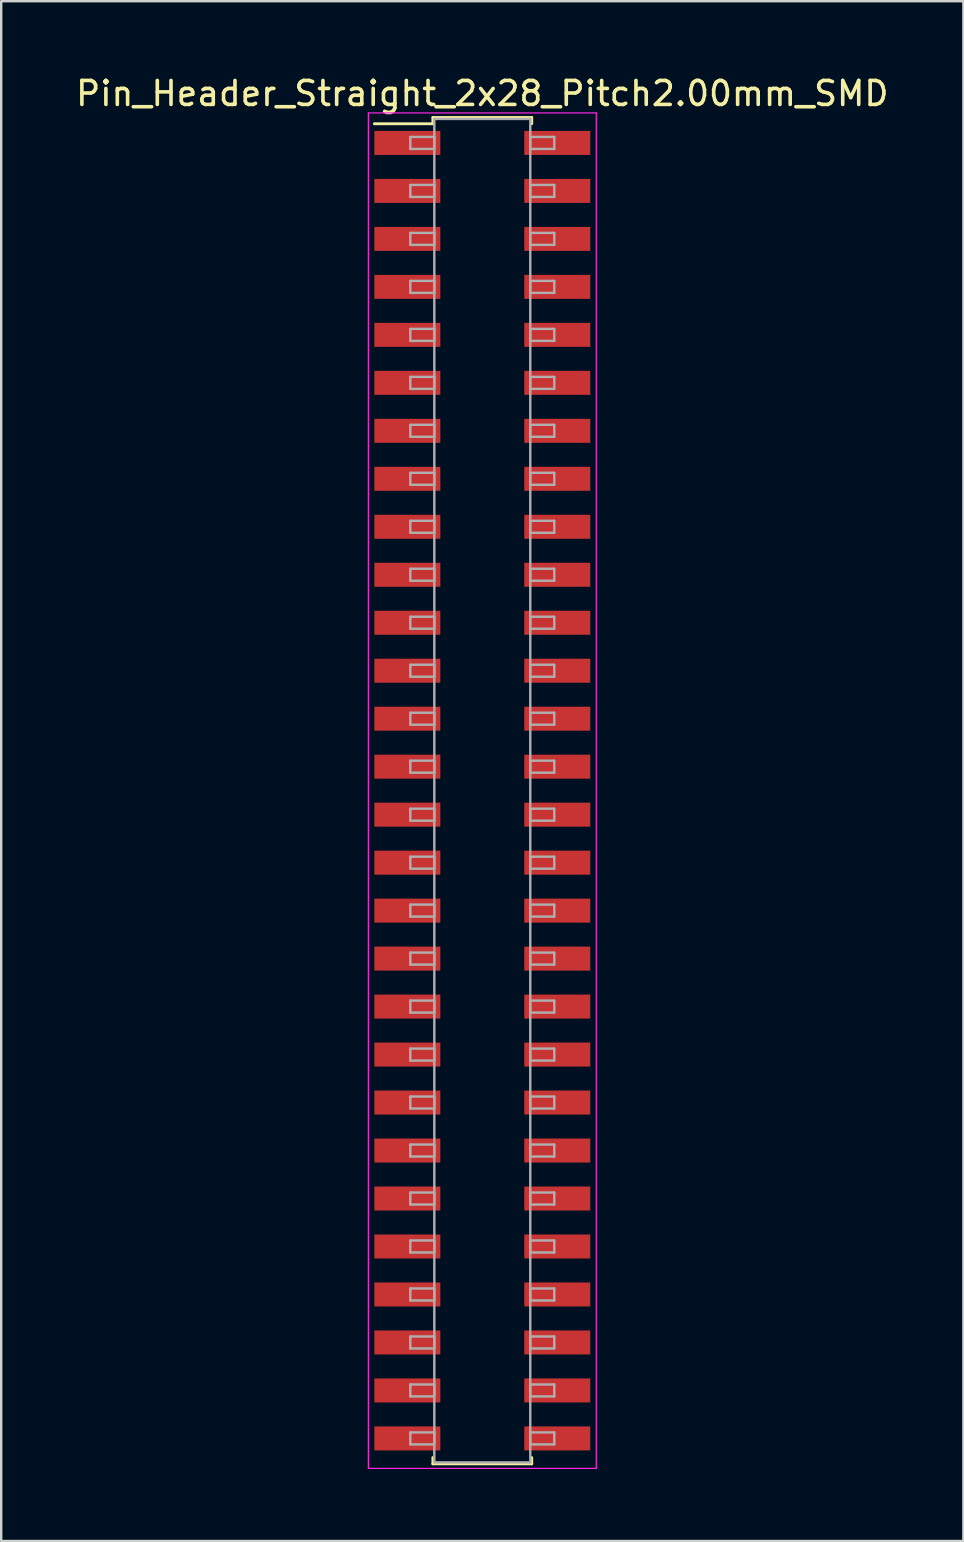
<source format=kicad_pcb>
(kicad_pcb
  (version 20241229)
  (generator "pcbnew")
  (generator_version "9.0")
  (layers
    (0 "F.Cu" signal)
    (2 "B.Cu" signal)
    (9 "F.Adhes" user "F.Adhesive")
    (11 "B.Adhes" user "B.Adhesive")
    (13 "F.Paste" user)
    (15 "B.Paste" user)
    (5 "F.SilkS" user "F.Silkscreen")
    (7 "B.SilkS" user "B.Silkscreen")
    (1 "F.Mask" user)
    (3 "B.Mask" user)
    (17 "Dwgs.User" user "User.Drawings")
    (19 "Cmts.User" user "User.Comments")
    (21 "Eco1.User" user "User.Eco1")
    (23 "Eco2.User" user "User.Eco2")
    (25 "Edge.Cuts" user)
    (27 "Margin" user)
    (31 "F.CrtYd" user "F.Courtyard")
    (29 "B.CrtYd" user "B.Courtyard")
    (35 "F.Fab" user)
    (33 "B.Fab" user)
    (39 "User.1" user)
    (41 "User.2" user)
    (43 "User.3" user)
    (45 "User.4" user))
  (footprint "Pin_Header_Straight_2x28_Pitch2.00mm_SMD"
    (layer "F.Cu")
    (at 17.054 29.908)
    (property "Reference" "Pin_Header_Straight_2x28_Pitch2.00mm_SMD" (at 0 -29.06 0) (layer "F.SilkS") (effects (font (size 1 1) (thickness 0.15))))
    (attr smd)
    (fp_line (start -4.5 -27.8) (end -2.06 -27.8) (stroke (width 0.12) (type solid)) (layer "F.SilkS"))
    (fp_line (start -2.06 -28.06) (end 2.06 -28.06) (stroke (width 0.12) (type solid)) (layer "F.SilkS"))
    (fp_line (start -2.06 -27.8) (end -2.06 -28.06) (stroke (width 0.12) (type solid)) (layer "F.SilkS"))
    (fp_line (start -2.06 27.8) (end -2.06 28.06) (stroke (width 0.12) (type solid)) (layer "F.SilkS"))
    (fp_line (start -2.06 28.06) (end 2.06 28.06) (stroke (width 0.12) (type solid)) (layer "F.SilkS"))
    (fp_line (start 2.06 -28.06) (end 2.06 -27.8) (stroke (width 0.12) (type solid)) (layer "F.SilkS"))
    (fp_line (start 2.06 28.06) (end 2.06 27.8) (stroke (width 0.12) (type solid)) (layer "F.SilkS"))
    (fp_line (start -4.75 -28.25) (end -4.75 28.25) (stroke (width 0.05) (type solid)) (layer "F.CrtYd"))
    (fp_line (start -4.75 28.25) (end 4.75 28.25) (stroke (width 0.05) (type solid)) (layer "F.CrtYd"))
    (fp_line (start 4.75 -28.25) (end -4.75 -28.25) (stroke (width 0.05) (type solid)) (layer "F.CrtYd"))
    (fp_line (start 4.75 28.25) (end 4.75 -28.25) (stroke (width 0.05) (type solid)) (layer "F.CrtYd"))
    (fp_line (start -3 -27.25) (end -2 -27.25) (stroke (width 0.1) (type solid)) (layer "F.Fab"))
    (fp_line (start -3 -26.75) (end -3 -27.25) (stroke (width 0.1) (type solid)) (layer "F.Fab"))
    (fp_line (start -3 -25.25) (end -2 -25.25) (stroke (width 0.1) (type solid)) (layer "F.Fab"))
    (fp_line (start -3 -24.75) (end -3 -25.25) (stroke (width 0.1) (type solid)) (layer "F.Fab"))
    (fp_line (start -3 -23.25) (end -2 -23.25) (stroke (width 0.1) (type solid)) (layer "F.Fab"))
    (fp_line (start -3 -22.75) (end -3 -23.25) (stroke (width 0.1) (type solid)) (layer "F.Fab"))
    (fp_line (start -3 -21.25) (end -2 -21.25) (stroke (width 0.1) (type solid)) (layer "F.Fab"))
    (fp_line (start -3 -20.75) (end -3 -21.25) (stroke (width 0.1) (type solid)) (layer "F.Fab"))
    (fp_line (start -3 -19.25) (end -2 -19.25) (stroke (width 0.1) (type solid)) (layer "F.Fab"))
    (fp_line (start -3 -18.75) (end -3 -19.25) (stroke (width 0.1) (type solid)) (layer "F.Fab"))
    (fp_line (start -3 -17.25) (end -2 -17.25) (stroke (width 0.1) (type solid)) (layer "F.Fab"))
    (fp_line (start -3 -16.75) (end -3 -17.25) (stroke (width 0.1) (type solid)) (layer "F.Fab"))
    (fp_line (start -3 -15.25) (end -2 -15.25) (stroke (width 0.1) (type solid)) (layer "F.Fab"))
    (fp_line (start -3 -14.75) (end -3 -15.25) (stroke (width 0.1) (type solid)) (layer "F.Fab"))
    (fp_line (start -3 -13.25) (end -2 -13.25) (stroke (width 0.1) (type solid)) (layer "F.Fab"))
    (fp_line (start -3 -12.75) (end -3 -13.25) (stroke (width 0.1) (type solid)) (layer "F.Fab"))
    (fp_line (start -3 -11.25) (end -2 -11.25) (stroke (width 0.1) (type solid)) (layer "F.Fab"))
    (fp_line (start -3 -10.75) (end -3 -11.25) (stroke (width 0.1) (type solid)) (layer "F.Fab"))
    (fp_line (start -3 -9.25) (end -2 -9.25) (stroke (width 0.1) (type solid)) (layer "F.Fab"))
    (fp_line (start -3 -8.75) (end -3 -9.25) (stroke (width 0.1) (type solid)) (layer "F.Fab"))
    (fp_line (start -3 -7.25) (end -2 -7.25) (stroke (width 0.1) (type solid)) (layer "F.Fab"))
    (fp_line (start -3 -6.75) (end -3 -7.25) (stroke (width 0.1) (type solid)) (layer "F.Fab"))
    (fp_line (start -3 -5.25) (end -2 -5.25) (stroke (width 0.1) (type solid)) (layer "F.Fab"))
    (fp_line (start -3 -4.75) (end -3 -5.25) (stroke (width 0.1) (type solid)) (layer "F.Fab"))
    (fp_line (start -3 -3.25) (end -2 -3.25) (stroke (width 0.1) (type solid)) (layer "F.Fab"))
    (fp_line (start -3 -2.75) (end -3 -3.25) (stroke (width 0.1) (type solid)) (layer "F.Fab"))
    (fp_line (start -3 -1.25) (end -2 -1.25) (stroke (width 0.1) (type solid)) (layer "F.Fab"))
    (fp_line (start -3 -0.75) (end -3 -1.25) (stroke (width 0.1) (type solid)) (layer "F.Fab"))
    (fp_line (start -3 0.75) (end -2 0.75) (stroke (width 0.1) (type solid)) (layer "F.Fab"))
    (fp_line (start -3 1.25) (end -3 0.75) (stroke (width 0.1) (type solid)) (layer "F.Fab"))
    (fp_line (start -3 2.75) (end -2 2.75) (stroke (width 0.1) (type solid)) (layer "F.Fab"))
    (fp_line (start -3 3.25) (end -3 2.75) (stroke (width 0.1) (type solid)) (layer "F.Fab"))
    (fp_line (start -3 4.75) (end -2 4.75) (stroke (width 0.1) (type solid)) (layer "F.Fab"))
    (fp_line (start -3 5.25) (end -3 4.75) (stroke (width 0.1) (type solid)) (layer "F.Fab"))
    (fp_line (start -3 6.75) (end -2 6.75) (stroke (width 0.1) (type solid)) (layer "F.Fab"))
    (fp_line (start -3 7.25) (end -3 6.75) (stroke (width 0.1) (type solid)) (layer "F.Fab"))
    (fp_line (start -3 8.75) (end -2 8.75) (stroke (width 0.1) (type solid)) (layer "F.Fab"))
    (fp_line (start -3 9.25) (end -3 8.75) (stroke (width 0.1) (type solid)) (layer "F.Fab"))
    (fp_line (start -3 10.75) (end -2 10.75) (stroke (width 0.1) (type solid)) (layer "F.Fab"))
    (fp_line (start -3 11.25) (end -3 10.75) (stroke (width 0.1) (type solid)) (layer "F.Fab"))
    (fp_line (start -3 12.75) (end -2 12.75) (stroke (width 0.1) (type solid)) (layer "F.Fab"))
    (fp_line (start -3 13.25) (end -3 12.75) (stroke (width 0.1) (type solid)) (layer "F.Fab"))
    (fp_line (start -3 14.75) (end -2 14.75) (stroke (width 0.1) (type solid)) (layer "F.Fab"))
    (fp_line (start -3 15.25) (end -3 14.75) (stroke (width 0.1) (type solid)) (layer "F.Fab"))
    (fp_line (start -3 16.75) (end -2 16.75) (stroke (width 0.1) (type solid)) (layer "F.Fab"))
    (fp_line (start -3 17.25) (end -3 16.75) (stroke (width 0.1) (type solid)) (layer "F.Fab"))
    (fp_line (start -3 18.75) (end -2 18.75) (stroke (width 0.1) (type solid)) (layer "F.Fab"))
    (fp_line (start -3 19.25) (end -3 18.75) (stroke (width 0.1) (type solid)) (layer "F.Fab"))
    (fp_line (start -3 20.75) (end -2 20.75) (stroke (width 0.1) (type solid)) (layer "F.Fab"))
    (fp_line (start -3 21.25) (end -3 20.75) (stroke (width 0.1) (type solid)) (layer "F.Fab"))
    (fp_line (start -3 22.75) (end -2 22.75) (stroke (width 0.1) (type solid)) (layer "F.Fab"))
    (fp_line (start -3 23.25) (end -3 22.75) (stroke (width 0.1) (type solid)) (layer "F.Fab"))
    (fp_line (start -3 24.75) (end -2 24.75) (stroke (width 0.1) (type solid)) (layer "F.Fab"))
    (fp_line (start -3 25.25) (end -3 24.75) (stroke (width 0.1) (type solid)) (layer "F.Fab"))
    (fp_line (start -3 26.75) (end -2 26.75) (stroke (width 0.1) (type solid)) (layer "F.Fab"))
    (fp_line (start -3 27.25) (end -3 26.75) (stroke (width 0.1) (type solid)) (layer "F.Fab"))
    (fp_line (start -2 -28) (end -2 28) (stroke (width 0.1) (type solid)) (layer "F.Fab"))
    (fp_line (start -2 -27.25) (end -2 -26.75) (stroke (width 0.1) (type solid)) (layer "F.Fab"))
    (fp_line (start -2 -26.75) (end -3 -26.75) (stroke (width 0.1) (type solid)) (layer "F.Fab"))
    (fp_line (start -2 -25.25) (end -2 -24.75) (stroke (width 0.1) (type solid)) (layer "F.Fab"))
    (fp_line (start -2 -24.75) (end -3 -24.75) (stroke (width 0.1) (type solid)) (layer "F.Fab"))
    (fp_line (start -2 -23.25) (end -2 -22.75) (stroke (width 0.1) (type solid)) (layer "F.Fab"))
    (fp_line (start -2 -22.75) (end -3 -22.75) (stroke (width 0.1) (type solid)) (layer "F.Fab"))
    (fp_line (start -2 -21.25) (end -2 -20.75) (stroke (width 0.1) (type solid)) (layer "F.Fab"))
    (fp_line (start -2 -20.75) (end -3 -20.75) (stroke (width 0.1) (type solid)) (layer "F.Fab"))
    (fp_line (start -2 -19.25) (end -2 -18.75) (stroke (width 0.1) (type solid)) (layer "F.Fab"))
    (fp_line (start -2 -18.75) (end -3 -18.75) (stroke (width 0.1) (type solid)) (layer "F.Fab"))
    (fp_line (start -2 -17.25) (end -2 -16.75) (stroke (width 0.1) (type solid)) (layer "F.Fab"))
    (fp_line (start -2 -16.75) (end -3 -16.75) (stroke (width 0.1) (type solid)) (layer "F.Fab"))
    (fp_line (start -2 -15.25) (end -2 -14.75) (stroke (width 0.1) (type solid)) (layer "F.Fab"))
    (fp_line (start -2 -14.75) (end -3 -14.75) (stroke (width 0.1) (type solid)) (layer "F.Fab"))
    (fp_line (start -2 -13.25) (end -2 -12.75) (stroke (width 0.1) (type solid)) (layer "F.Fab"))
    (fp_line (start -2 -12.75) (end -3 -12.75) (stroke (width 0.1) (type solid)) (layer "F.Fab"))
    (fp_line (start -2 -11.25) (end -2 -10.75) (stroke (width 0.1) (type solid)) (layer "F.Fab"))
    (fp_line (start -2 -10.75) (end -3 -10.75) (stroke (width 0.1) (type solid)) (layer "F.Fab"))
    (fp_line (start -2 -9.25) (end -2 -8.75) (stroke (width 0.1) (type solid)) (layer "F.Fab"))
    (fp_line (start -2 -8.75) (end -3 -8.75) (stroke (width 0.1) (type solid)) (layer "F.Fab"))
    (fp_line (start -2 -7.25) (end -2 -6.75) (stroke (width 0.1) (type solid)) (layer "F.Fab"))
    (fp_line (start -2 -6.75) (end -3 -6.75) (stroke (width 0.1) (type solid)) (layer "F.Fab"))
    (fp_line (start -2 -5.25) (end -2 -4.75) (stroke (width 0.1) (type solid)) (layer "F.Fab"))
    (fp_line (start -2 -4.75) (end -3 -4.75) (stroke (width 0.1) (type solid)) (layer "F.Fab"))
    (fp_line (start -2 -3.25) (end -2 -2.75) (stroke (width 0.1) (type solid)) (layer "F.Fab"))
    (fp_line (start -2 -2.75) (end -3 -2.75) (stroke (width 0.1) (type solid)) (layer "F.Fab"))
    (fp_line (start -2 -1.25) (end -2 -0.75) (stroke (width 0.1) (type solid)) (layer "F.Fab"))
    (fp_line (start -2 -0.75) (end -3 -0.75) (stroke (width 0.1) (type solid)) (layer "F.Fab"))
    (fp_line (start -2 0.75) (end -2 1.25) (stroke (width 0.1) (type solid)) (layer "F.Fab"))
    (fp_line (start -2 1.25) (end -3 1.25) (stroke (width 0.1) (type solid)) (layer "F.Fab"))
    (fp_line (start -2 2.75) (end -2 3.25) (stroke (width 0.1) (type solid)) (layer "F.Fab"))
    (fp_line (start -2 3.25) (end -3 3.25) (stroke (width 0.1) (type solid)) (layer "F.Fab"))
    (fp_line (start -2 4.75) (end -2 5.25) (stroke (width 0.1) (type solid)) (layer "F.Fab"))
    (fp_line (start -2 5.25) (end -3 5.25) (stroke (width 0.1) (type solid)) (layer "F.Fab"))
    (fp_line (start -2 6.75) (end -2 7.25) (stroke (width 0.1) (type solid)) (layer "F.Fab"))
    (fp_line (start -2 7.25) (end -3 7.25) (stroke (width 0.1) (type solid)) (layer "F.Fab"))
    (fp_line (start -2 8.75) (end -2 9.25) (stroke (width 0.1) (type solid)) (layer "F.Fab"))
    (fp_line (start -2 9.25) (end -3 9.25) (stroke (width 0.1) (type solid)) (layer "F.Fab"))
    (fp_line (start -2 10.75) (end -2 11.25) (stroke (width 0.1) (type solid)) (layer "F.Fab"))
    (fp_line (start -2 11.25) (end -3 11.25) (stroke (width 0.1) (type solid)) (layer "F.Fab"))
    (fp_line (start -2 12.75) (end -2 13.25) (stroke (width 0.1) (type solid)) (layer "F.Fab"))
    (fp_line (start -2 13.25) (end -3 13.25) (stroke (width 0.1) (type solid)) (layer "F.Fab"))
    (fp_line (start -2 14.75) (end -2 15.25) (stroke (width 0.1) (type solid)) (layer "F.Fab"))
    (fp_line (start -2 15.25) (end -3 15.25) (stroke (width 0.1) (type solid)) (layer "F.Fab"))
    (fp_line (start -2 16.75) (end -2 17.25) (stroke (width 0.1) (type solid)) (layer "F.Fab"))
    (fp_line (start -2 17.25) (end -3 17.25) (stroke (width 0.1) (type solid)) (layer "F.Fab"))
    (fp_line (start -2 18.75) (end -2 19.25) (stroke (width 0.1) (type solid)) (layer "F.Fab"))
    (fp_line (start -2 19.25) (end -3 19.25) (stroke (width 0.1) (type solid)) (layer "F.Fab"))
    (fp_line (start -2 20.75) (end -2 21.25) (stroke (width 0.1) (type solid)) (layer "F.Fab"))
    (fp_line (start -2 21.25) (end -3 21.25) (stroke (width 0.1) (type solid)) (layer "F.Fab"))
    (fp_line (start -2 22.75) (end -2 23.25) (stroke (width 0.1) (type solid)) (layer "F.Fab"))
    (fp_line (start -2 23.25) (end -3 23.25) (stroke (width 0.1) (type solid)) (layer "F.Fab"))
    (fp_line (start -2 24.75) (end -2 25.25) (stroke (width 0.1) (type solid)) (layer "F.Fab"))
    (fp_line (start -2 25.25) (end -3 25.25) (stroke (width 0.1) (type solid)) (layer "F.Fab"))
    (fp_line (start -2 26.75) (end -2 27.25) (stroke (width 0.1) (type solid)) (layer "F.Fab"))
    (fp_line (start -2 27.25) (end -3 27.25) (stroke (width 0.1) (type solid)) (layer "F.Fab"))
    (fp_line (start -2 28) (end 2 28) (stroke (width 0.1) (type solid)) (layer "F.Fab"))
    (fp_line (start 2 -28) (end -2 -28) (stroke (width 0.1) (type solid)) (layer "F.Fab"))
    (fp_line (start 2 -27.25) (end 2 -26.75) (stroke (width 0.1) (type solid)) (layer "F.Fab"))
    (fp_line (start 2 -26.75) (end 3 -26.75) (stroke (width 0.1) (type solid)) (layer "F.Fab"))
    (fp_line (start 2 -25.25) (end 2 -24.75) (stroke (width 0.1) (type solid)) (layer "F.Fab"))
    (fp_line (start 2 -24.75) (end 3 -24.75) (stroke (width 0.1) (type solid)) (layer "F.Fab"))
    (fp_line (start 2 -23.25) (end 2 -22.75) (stroke (width 0.1) (type solid)) (layer "F.Fab"))
    (fp_line (start 2 -22.75) (end 3 -22.75) (stroke (width 0.1) (type solid)) (layer "F.Fab"))
    (fp_line (start 2 -21.25) (end 2 -20.75) (stroke (width 0.1) (type solid)) (layer "F.Fab"))
    (fp_line (start 2 -20.75) (end 3 -20.75) (stroke (width 0.1) (type solid)) (layer "F.Fab"))
    (fp_line (start 2 -19.25) (end 2 -18.75) (stroke (width 0.1) (type solid)) (layer "F.Fab"))
    (fp_line (start 2 -18.75) (end 3 -18.75) (stroke (width 0.1) (type solid)) (layer "F.Fab"))
    (fp_line (start 2 -17.25) (end 2 -16.75) (stroke (width 0.1) (type solid)) (layer "F.Fab"))
    (fp_line (start 2 -16.75) (end 3 -16.75) (stroke (width 0.1) (type solid)) (layer "F.Fab"))
    (fp_line (start 2 -15.25) (end 2 -14.75) (stroke (width 0.1) (type solid)) (layer "F.Fab"))
    (fp_line (start 2 -14.75) (end 3 -14.75) (stroke (width 0.1) (type solid)) (layer "F.Fab"))
    (fp_line (start 2 -13.25) (end 2 -12.75) (stroke (width 0.1) (type solid)) (layer "F.Fab"))
    (fp_line (start 2 -12.75) (end 3 -12.75) (stroke (width 0.1) (type solid)) (layer "F.Fab"))
    (fp_line (start 2 -11.25) (end 2 -10.75) (stroke (width 0.1) (type solid)) (layer "F.Fab"))
    (fp_line (start 2 -10.75) (end 3 -10.75) (stroke (width 0.1) (type solid)) (layer "F.Fab"))
    (fp_line (start 2 -9.25) (end 2 -8.75) (stroke (width 0.1) (type solid)) (layer "F.Fab"))
    (fp_line (start 2 -8.75) (end 3 -8.75) (stroke (width 0.1) (type solid)) (layer "F.Fab"))
    (fp_line (start 2 -7.25) (end 2 -6.75) (stroke (width 0.1) (type solid)) (layer "F.Fab"))
    (fp_line (start 2 -6.75) (end 3 -6.75) (stroke (width 0.1) (type solid)) (layer "F.Fab"))
    (fp_line (start 2 -5.25) (end 2 -4.75) (stroke (width 0.1) (type solid)) (layer "F.Fab"))
    (fp_line (start 2 -4.75) (end 3 -4.75) (stroke (width 0.1) (type solid)) (layer "F.Fab"))
    (fp_line (start 2 -3.25) (end 2 -2.75) (stroke (width 0.1) (type solid)) (layer "F.Fab"))
    (fp_line (start 2 -2.75) (end 3 -2.75) (stroke (width 0.1) (type solid)) (layer "F.Fab"))
    (fp_line (start 2 -1.25) (end 2 -0.75) (stroke (width 0.1) (type solid)) (layer "F.Fab"))
    (fp_line (start 2 -0.75) (end 3 -0.75) (stroke (width 0.1) (type solid)) (layer "F.Fab"))
    (fp_line (start 2 0.75) (end 2 1.25) (stroke (width 0.1) (type solid)) (layer "F.Fab"))
    (fp_line (start 2 1.25) (end 3 1.25) (stroke (width 0.1) (type solid)) (layer "F.Fab"))
    (fp_line (start 2 2.75) (end 2 3.25) (stroke (width 0.1) (type solid)) (layer "F.Fab"))
    (fp_line (start 2 3.25) (end 3 3.25) (stroke (width 0.1) (type solid)) (layer "F.Fab"))
    (fp_line (start 2 4.75) (end 2 5.25) (stroke (width 0.1) (type solid)) (layer "F.Fab"))
    (fp_line (start 2 5.25) (end 3 5.25) (stroke (width 0.1) (type solid)) (layer "F.Fab"))
    (fp_line (start 2 6.75) (end 2 7.25) (stroke (width 0.1) (type solid)) (layer "F.Fab"))
    (fp_line (start 2 7.25) (end 3 7.25) (stroke (width 0.1) (type solid)) (layer "F.Fab"))
    (fp_line (start 2 8.75) (end 2 9.25) (stroke (width 0.1) (type solid)) (layer "F.Fab"))
    (fp_line (start 2 9.25) (end 3 9.25) (stroke (width 0.1) (type solid)) (layer "F.Fab"))
    (fp_line (start 2 10.75) (end 2 11.25) (stroke (width 0.1) (type solid)) (layer "F.Fab"))
    (fp_line (start 2 11.25) (end 3 11.25) (stroke (width 0.1) (type solid)) (layer "F.Fab"))
    (fp_line (start 2 12.75) (end 2 13.25) (stroke (width 0.1) (type solid)) (layer "F.Fab"))
    (fp_line (start 2 13.25) (end 3 13.25) (stroke (width 0.1) (type solid)) (layer "F.Fab"))
    (fp_line (start 2 14.75) (end 2 15.25) (stroke (width 0.1) (type solid)) (layer "F.Fab"))
    (fp_line (start 2 15.25) (end 3 15.25) (stroke (width 0.1) (type solid)) (layer "F.Fab"))
    (fp_line (start 2 16.75) (end 2 17.25) (stroke (width 0.1) (type solid)) (layer "F.Fab"))
    (fp_line (start 2 17.25) (end 3 17.25) (stroke (width 0.1) (type solid)) (layer "F.Fab"))
    (fp_line (start 2 18.75) (end 2 19.25) (stroke (width 0.1) (type solid)) (layer "F.Fab"))
    (fp_line (start 2 19.25) (end 3 19.25) (stroke (width 0.1) (type solid)) (layer "F.Fab"))
    (fp_line (start 2 20.75) (end 2 21.25) (stroke (width 0.1) (type solid)) (layer "F.Fab"))
    (fp_line (start 2 21.25) (end 3 21.25) (stroke (width 0.1) (type solid)) (layer "F.Fab"))
    (fp_line (start 2 22.75) (end 2 23.25) (stroke (width 0.1) (type solid)) (layer "F.Fab"))
    (fp_line (start 2 23.25) (end 3 23.25) (stroke (width 0.1) (type solid)) (layer "F.Fab"))
    (fp_line (start 2 24.75) (end 2 25.25) (stroke (width 0.1) (type solid)) (layer "F.Fab"))
    (fp_line (start 2 25.25) (end 3 25.25) (stroke (width 0.1) (type solid)) (layer "F.Fab"))
    (fp_line (start 2 26.75) (end 2 27.25) (stroke (width 0.1) (type solid)) (layer "F.Fab"))
    (fp_line (start 2 27.25) (end 3 27.25) (stroke (width 0.1) (type solid)) (layer "F.Fab"))
    (fp_line (start 2 28) (end 2 -28) (stroke (width 0.1) (type solid)) (layer "F.Fab"))
    (fp_line (start 3 -27.25) (end 2 -27.25) (stroke (width 0.1) (type solid)) (layer "F.Fab"))
    (fp_line (start 3 -26.75) (end 3 -27.25) (stroke (width 0.1) (type solid)) (layer "F.Fab"))
    (fp_line (start 3 -25.25) (end 2 -25.25) (stroke (width 0.1) (type solid)) (layer "F.Fab"))
    (fp_line (start 3 -24.75) (end 3 -25.25) (stroke (width 0.1) (type solid)) (layer "F.Fab"))
    (fp_line (start 3 -23.25) (end 2 -23.25) (stroke (width 0.1) (type solid)) (layer "F.Fab"))
    (fp_line (start 3 -22.75) (end 3 -23.25) (stroke (width 0.1) (type solid)) (layer "F.Fab"))
    (fp_line (start 3 -21.25) (end 2 -21.25) (stroke (width 0.1) (type solid)) (layer "F.Fab"))
    (fp_line (start 3 -20.75) (end 3 -21.25) (stroke (width 0.1) (type solid)) (layer "F.Fab"))
    (fp_line (start 3 -19.25) (end 2 -19.25) (stroke (width 0.1) (type solid)) (layer "F.Fab"))
    (fp_line (start 3 -18.75) (end 3 -19.25) (stroke (width 0.1) (type solid)) (layer "F.Fab"))
    (fp_line (start 3 -17.25) (end 2 -17.25) (stroke (width 0.1) (type solid)) (layer "F.Fab"))
    (fp_line (start 3 -16.75) (end 3 -17.25) (stroke (width 0.1) (type solid)) (layer "F.Fab"))
    (fp_line (start 3 -15.25) (end 2 -15.25) (stroke (width 0.1) (type solid)) (layer "F.Fab"))
    (fp_line (start 3 -14.75) (end 3 -15.25) (stroke (width 0.1) (type solid)) (layer "F.Fab"))
    (fp_line (start 3 -13.25) (end 2 -13.25) (stroke (width 0.1) (type solid)) (layer "F.Fab"))
    (fp_line (start 3 -12.75) (end 3 -13.25) (stroke (width 0.1) (type solid)) (layer "F.Fab"))
    (fp_line (start 3 -11.25) (end 2 -11.25) (stroke (width 0.1) (type solid)) (layer "F.Fab"))
    (fp_line (start 3 -10.75) (end 3 -11.25) (stroke (width 0.1) (type solid)) (layer "F.Fab"))
    (fp_line (start 3 -9.25) (end 2 -9.25) (stroke (width 0.1) (type solid)) (layer "F.Fab"))
    (fp_line (start 3 -8.75) (end 3 -9.25) (stroke (width 0.1) (type solid)) (layer "F.Fab"))
    (fp_line (start 3 -7.25) (end 2 -7.25) (stroke (width 0.1) (type solid)) (layer "F.Fab"))
    (fp_line (start 3 -6.75) (end 3 -7.25) (stroke (width 0.1) (type solid)) (layer "F.Fab"))
    (fp_line (start 3 -5.25) (end 2 -5.25) (stroke (width 0.1) (type solid)) (layer "F.Fab"))
    (fp_line (start 3 -4.75) (end 3 -5.25) (stroke (width 0.1) (type solid)) (layer "F.Fab"))
    (fp_line (start 3 -3.25) (end 2 -3.25) (stroke (width 0.1) (type solid)) (layer "F.Fab"))
    (fp_line (start 3 -2.75) (end 3 -3.25) (stroke (width 0.1) (type solid)) (layer "F.Fab"))
    (fp_line (start 3 -1.25) (end 2 -1.25) (stroke (width 0.1) (type solid)) (layer "F.Fab"))
    (fp_line (start 3 -0.75) (end 3 -1.25) (stroke (width 0.1) (type solid)) (layer "F.Fab"))
    (fp_line (start 3 0.75) (end 2 0.75) (stroke (width 0.1) (type solid)) (layer "F.Fab"))
    (fp_line (start 3 1.25) (end 3 0.75) (stroke (width 0.1) (type solid)) (layer "F.Fab"))
    (fp_line (start 3 2.75) (end 2 2.75) (stroke (width 0.1) (type solid)) (layer "F.Fab"))
    (fp_line (start 3 3.25) (end 3 2.75) (stroke (width 0.1) (type solid)) (layer "F.Fab"))
    (fp_line (start 3 4.75) (end 2 4.75) (stroke (width 0.1) (type solid)) (layer "F.Fab"))
    (fp_line (start 3 5.25) (end 3 4.75) (stroke (width 0.1) (type solid)) (layer "F.Fab"))
    (fp_line (start 3 6.75) (end 2 6.75) (stroke (width 0.1) (type solid)) (layer "F.Fab"))
    (fp_line (start 3 7.25) (end 3 6.75) (stroke (width 0.1) (type solid)) (layer "F.Fab"))
    (fp_line (start 3 8.75) (end 2 8.75) (stroke (width 0.1) (type solid)) (layer "F.Fab"))
    (fp_line (start 3 9.25) (end 3 8.75) (stroke (width 0.1) (type solid)) (layer "F.Fab"))
    (fp_line (start 3 10.75) (end 2 10.75) (stroke (width 0.1) (type solid)) (layer "F.Fab"))
    (fp_line (start 3 11.25) (end 3 10.75) (stroke (width 0.1) (type solid)) (layer "F.Fab"))
    (fp_line (start 3 12.75) (end 2 12.75) (stroke (width 0.1) (type solid)) (layer "F.Fab"))
    (fp_line (start 3 13.25) (end 3 12.75) (stroke (width 0.1) (type solid)) (layer "F.Fab"))
    (fp_line (start 3 14.75) (end 2 14.75) (stroke (width 0.1) (type solid)) (layer "F.Fab"))
    (fp_line (start 3 15.25) (end 3 14.75) (stroke (width 0.1) (type solid)) (layer "F.Fab"))
    (fp_line (start 3 16.75) (end 2 16.75) (stroke (width 0.1) (type solid)) (layer "F.Fab"))
    (fp_line (start 3 17.25) (end 3 16.75) (stroke (width 0.1) (type solid)) (layer "F.Fab"))
    (fp_line (start 3 18.75) (end 2 18.75) (stroke (width 0.1) (type solid)) (layer "F.Fab"))
    (fp_line (start 3 19.25) (end 3 18.75) (stroke (width 0.1) (type solid)) (layer "F.Fab"))
    (fp_line (start 3 20.75) (end 2 20.75) (stroke (width 0.1) (type solid)) (layer "F.Fab"))
    (fp_line (start 3 21.25) (end 3 20.75) (stroke (width 0.1) (type solid)) (layer "F.Fab"))
    (fp_line (start 3 22.75) (end 2 22.75) (stroke (width 0.1) (type solid)) (layer "F.Fab"))
    (fp_line (start 3 23.25) (end 3 22.75) (stroke (width 0.1) (type solid)) (layer "F.Fab"))
    (fp_line (start 3 24.75) (end 2 24.75) (stroke (width 0.1) (type solid)) (layer "F.Fab"))
    (fp_line (start 3 25.25) (end 3 24.75) (stroke (width 0.1) (type solid)) (layer "F.Fab"))
    (fp_line (start 3 26.75) (end 2 26.75) (stroke (width 0.1) (type solid)) (layer "F.Fab"))
    (fp_line (start 3 27.25) (end 3 26.75) (stroke (width 0.1) (type solid)) (layer "F.Fab"))
    (pad "1" smd rect (at -3.125 -27) (size 2.75 1) (layers "F.Cu" "F.Mask"))
    (pad "2" smd rect (at 3.125 -27) (size 2.75 1) (layers "F.Cu" "F.Mask"))
    (pad "3" smd rect (at -3.125 -25) (size 2.75 1) (layers "F.Cu" "F.Mask"))
    (pad "4" smd rect (at 3.125 -25) (size 2.75 1) (layers "F.Cu" "F.Mask"))
    (pad "5" smd rect (at -3.125 -23) (size 2.75 1) (layers "F.Cu" "F.Mask"))
    (pad "6" smd rect (at 3.125 -23) (size 2.75 1) (layers "F.Cu" "F.Mask"))
    (pad "7" smd rect (at -3.125 -21) (size 2.75 1) (layers "F.Cu" "F.Mask"))
    (pad "8" smd rect (at 3.125 -21) (size 2.75 1) (layers "F.Cu" "F.Mask"))
    (pad "9" smd rect (at -3.125 -19) (size 2.75 1) (layers "F.Cu" "F.Mask"))
    (pad "10" smd rect (at 3.125 -19) (size 2.75 1) (layers "F.Cu" "F.Mask"))
    (pad "11" smd rect (at -3.125 -17) (size 2.75 1) (layers "F.Cu" "F.Mask"))
    (pad "12" smd rect (at 3.125 -17) (size 2.75 1) (layers "F.Cu" "F.Mask"))
    (pad "13" smd rect (at -3.125 -15) (size 2.75 1) (layers "F.Cu" "F.Mask"))
    (pad "14" smd rect (at 3.125 -15) (size 2.75 1) (layers "F.Cu" "F.Mask"))
    (pad "15" smd rect (at -3.125 -13) (size 2.75 1) (layers "F.Cu" "F.Mask"))
    (pad "16" smd rect (at 3.125 -13) (size 2.75 1) (layers "F.Cu" "F.Mask"))
    (pad "17" smd rect (at -3.125 -11) (size 2.75 1) (layers "F.Cu" "F.Mask"))
    (pad "18" smd rect (at 3.125 -11) (size 2.75 1) (layers "F.Cu" "F.Mask"))
    (pad "19" smd rect (at -3.125 -9) (size 2.75 1) (layers "F.Cu" "F.Mask"))
    (pad "20" smd rect (at 3.125 -9) (size 2.75 1) (layers "F.Cu" "F.Mask"))
    (pad "21" smd rect (at -3.125 -7) (size 2.75 1) (layers "F.Cu" "F.Mask"))
    (pad "22" smd rect (at 3.125 -7) (size 2.75 1) (layers "F.Cu" "F.Mask"))
    (pad "23" smd rect (at -3.125 -5) (size 2.75 1) (layers "F.Cu" "F.Mask"))
    (pad "24" smd rect (at 3.125 -5) (size 2.75 1) (layers "F.Cu" "F.Mask"))
    (pad "25" smd rect (at -3.125 -3) (size 2.75 1) (layers "F.Cu" "F.Mask"))
    (pad "26" smd rect (at 3.125 -3) (size 2.75 1) (layers "F.Cu" "F.Mask"))
    (pad "27" smd rect (at -3.125 -1) (size 2.75 1) (layers "F.Cu" "F.Mask"))
    (pad "28" smd rect (at 3.125 -1) (size 2.75 1) (layers "F.Cu" "F.Mask"))
    (pad "29" smd rect (at -3.125 1) (size 2.75 1) (layers "F.Cu" "F.Mask"))
    (pad "30" smd rect (at 3.125 1) (size 2.75 1) (layers "F.Cu" "F.Mask"))
    (pad "31" smd rect (at -3.125 3) (size 2.75 1) (layers "F.Cu" "F.Mask"))
    (pad "32" smd rect (at 3.125 3) (size 2.75 1) (layers "F.Cu" "F.Mask"))
    (pad "33" smd rect (at -3.125 5) (size 2.75 1) (layers "F.Cu" "F.Mask"))
    (pad "34" smd rect (at 3.125 5) (size 2.75 1) (layers "F.Cu" "F.Mask"))
    (pad "35" smd rect (at -3.125 7) (size 2.75 1) (layers "F.Cu" "F.Mask"))
    (pad "36" smd rect (at 3.125 7) (size 2.75 1) (layers "F.Cu" "F.Mask"))
    (pad "37" smd rect (at -3.125 9) (size 2.75 1) (layers "F.Cu" "F.Mask"))
    (pad "38" smd rect (at 3.125 9) (size 2.75 1) (layers "F.Cu" "F.Mask"))
    (pad "39" smd rect (at -3.125 11) (size 2.75 1) (layers "F.Cu" "F.Mask"))
    (pad "40" smd rect (at 3.125 11) (size 2.75 1) (layers "F.Cu" "F.Mask"))
    (pad "41" smd rect (at -3.125 13) (size 2.75 1) (layers "F.Cu" "F.Mask"))
    (pad "42" smd rect (at 3.125 13) (size 2.75 1) (layers "F.Cu" "F.Mask"))
    (pad "43" smd rect (at -3.125 15) (size 2.75 1) (layers "F.Cu" "F.Mask"))
    (pad "44" smd rect (at 3.125 15) (size 2.75 1) (layers "F.Cu" "F.Mask"))
    (pad "45" smd rect (at -3.125 17) (size 2.75 1) (layers "F.Cu" "F.Mask"))
    (pad "46" smd rect (at 3.125 17) (size 2.75 1) (layers "F.Cu" "F.Mask"))
    (pad "47" smd rect (at -3.125 19) (size 2.75 1) (layers "F.Cu" "F.Mask"))
    (pad "48" smd rect (at 3.125 19) (size 2.75 1) (layers "F.Cu" "F.Mask"))
    (pad "49" smd rect (at -3.125 21) (size 2.75 1) (layers "F.Cu" "F.Mask"))
    (pad "50" smd rect (at 3.125 21) (size 2.75 1) (layers "F.Cu" "F.Mask"))
    (pad "51" smd rect (at -3.125 23) (size 2.75 1) (layers "F.Cu" "F.Mask"))
    (pad "52" smd rect (at 3.125 23) (size 2.75 1) (layers "F.Cu" "F.Mask"))
    (pad "53" smd rect (at -3.125 25) (size 2.75 1) (layers "F.Cu" "F.Mask"))
    (pad "54" smd rect (at 3.125 25) (size 2.75 1) (layers "F.Cu" "F.Mask"))
    (pad "55" smd rect (at -3.125 27) (size 2.75 1) (layers "F.Cu" "F.Mask"))
    (pad "56" smd rect (at 3.125 27) (size 2.75 1) (layers "F.Cu" "F.Mask")))
  (gr_rect
    (start -3 -3)
    (end 37.107 61.183)
    (stroke (width 0.1) (type default))
    (fill no)
    (layer "Edge.Cuts")))
</source>
